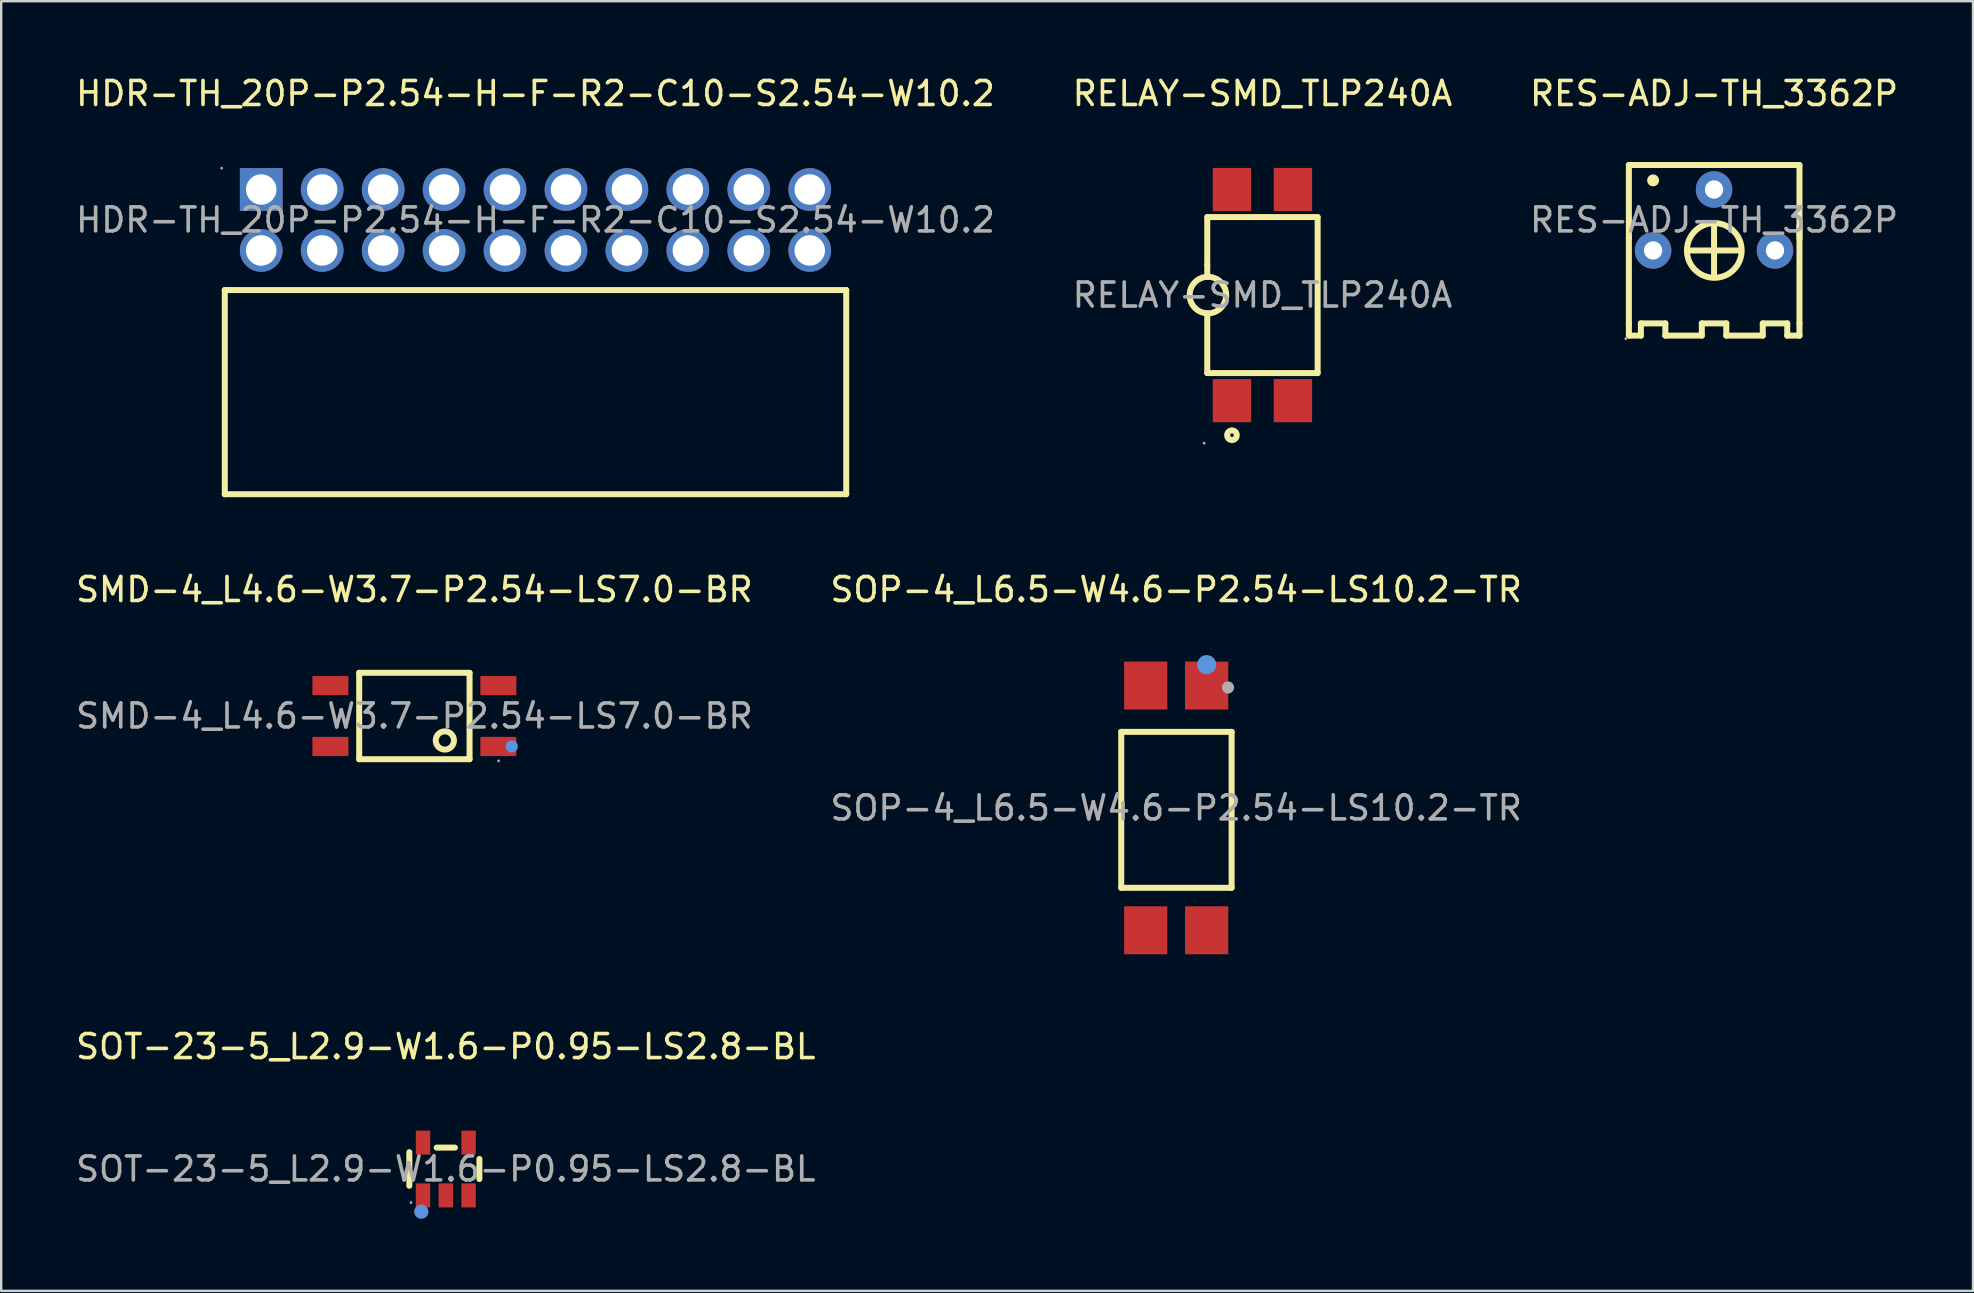
<source format=kicad_pcb>
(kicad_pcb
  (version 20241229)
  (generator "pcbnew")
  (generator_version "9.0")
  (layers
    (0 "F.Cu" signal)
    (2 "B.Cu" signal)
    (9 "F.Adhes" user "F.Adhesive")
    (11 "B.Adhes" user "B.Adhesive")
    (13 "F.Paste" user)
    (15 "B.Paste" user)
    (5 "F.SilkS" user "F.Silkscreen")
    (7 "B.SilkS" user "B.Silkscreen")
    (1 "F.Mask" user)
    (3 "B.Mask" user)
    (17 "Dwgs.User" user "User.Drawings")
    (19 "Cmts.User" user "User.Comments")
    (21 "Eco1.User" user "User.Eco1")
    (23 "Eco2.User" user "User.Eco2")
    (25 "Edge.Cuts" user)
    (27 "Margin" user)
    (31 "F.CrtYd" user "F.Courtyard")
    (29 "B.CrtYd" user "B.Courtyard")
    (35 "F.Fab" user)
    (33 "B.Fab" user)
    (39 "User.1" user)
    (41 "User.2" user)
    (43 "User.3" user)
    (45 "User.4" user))
  (footprint "SOP-4_L6.5-W4.6-P2.54-LS10.2-TR"
    (layer "F.Cu")
    (at 45.97 30.622)
    (property "Reference" "SOP-4_L6.5-W4.6-P2.54-LS10.2-TR" (at 0 -9.1 0) (layer "F.SilkS") (effects (font (size 1 1) (thickness 0.15))))
    (attr smd)
    (fp_line (start -2.29 -3.17) (end 2.31 -3.17) (stroke (width 0.25) (type solid)) (layer "F.SilkS"))
    (fp_line (start -2.29 3.33) (end -2.29 -3.17) (stroke (width 0.25) (type solid)) (layer "F.SilkS"))
    (fp_line (start 2.31 -3.17) (end 2.31 3.33) (stroke (width 0.25) (type solid)) (layer "F.SilkS"))
    (fp_line (start 2.31 3.33) (end -2.29 3.33) (stroke (width 0.25) (type solid)) (layer "F.SilkS"))
    (fp_circle (center 1.27 -5.97) (end 1.47 -5.97) (stroke (width 0.4) (type solid)) (fill no) (layer "Cmts.User"))
    (fp_circle (center 2.16 -5.02) (end 2.29 -5.02) (stroke (width 0.25) (type solid)) (fill no) (layer "F.Fab"))
    (fp_text user "${REFERENCE}" (at 0 0 0) (layer "F.Fab") (effects (font (size 1 1) (thickness 0.15))))
    (pad "1" smd rect (at 1.27 -5.1 180) (size 1.8 2) (layers "F.Cu" "F.Mask" "F.Paste"))
    (pad "2" smd rect (at -1.27 -5.1 180) (size 1.8 2) (layers "F.Cu" "F.Mask" "F.Paste"))
    (pad "3" smd rect (at -1.27 5.1 180) (size 1.8 2) (layers "F.Cu" "F.Mask" "F.Paste"))
    (pad "4" smd rect (at 1.27 5.1 180) (size 1.8 2) (layers "F.Cu" "F.Mask" "F.Paste")))
  (footprint "RELAY-SMD_TLP240A"
    (layer "F.Cu")
    (at 49.565 9.248)
    (property "Reference" "RELAY-SMD_TLP240A" (at 0 -8.4 0) (layer "F.SilkS") (effects (font (size 1 1) (thickness 0.15))))
    (attr smd)
    (fp_line (start -2.3 -3.25) (end -2.3 -1.27) (stroke (width 0.25) (type solid)) (layer "F.SilkS"))
    (fp_line (start -2.3 -3.25) (end 2.3 -3.25) (stroke (width 0.25) (type solid)) (layer "F.SilkS"))
    (fp_line (start -2.3 -1.27) (end -2.3 -0.76) (stroke (width 0.25) (type solid)) (layer "F.SilkS"))
    (fp_line (start -2.3 3.25) (end -2.3 0.76) (stroke (width 0.25) (type solid)) (layer "F.SilkS"))
    (fp_line (start 2.3 -3.25) (end 2.3 3.25) (stroke (width 0.25) (type solid)) (layer "F.SilkS"))
    (fp_line (start 2.3 3.25) (end -2.3 3.25) (stroke (width 0.25) (type solid)) (layer "F.SilkS"))
    (fp_arc (start -2.313259 0.759361) (mid -2.233369 -0.75971) (end -2.3 0.76) (stroke (width 0.25) (type solid)) (layer "F.SilkS"))
    (fp_circle (center -1.27 5.84) (end -1.07 5.84) (stroke (width 0.25) (type solid)) (fill no) (layer "F.SilkS"))
    (fp_circle (center -2.43 6.17) (end -2.4 6.17) (stroke (width 0.06) (type solid)) (fill no) (layer "F.Fab"))
    (fp_text user "${REFERENCE}" (at 0 0 0) (layer "F.Fab") (effects (font (size 1 1) (thickness 0.15))))
    (pad "1" smd rect (at -1.27 4.4 90) (size 1.8 1.6) (layers "F.Cu" "F.Mask" "F.Paste"))
    (pad "2" smd rect (at 1.27 4.4 90) (size 1.8 1.6) (layers "F.Cu" "F.Mask" "F.Paste"))
    (pad "3" smd rect (at 1.27 -4.4 90) (size 1.8 1.6) (layers "F.Cu" "F.Mask" "F.Paste"))
    (pad "4" smd rect (at -1.27 -4.4 90) (size 1.8 1.6) (layers "F.Cu" "F.Mask" "F.Paste")))
  (footprint "SMD-4_L4.6-W3.7-P2.54-LS7.0-BR"
    (layer "F.Cu")
    (at 14.22 26.791)
    (property "Reference" "SMD-4_L4.6-W3.7-P2.54-LS7.0-BR" (at 0 -5.27 0) (layer "F.SilkS") (effects (font (size 1 1) (thickness 0.15))))
    (attr smd)
    (fp_line (start -2.3 -1.8) (end 2.3 -1.8) (stroke (width 0.25) (type solid)) (layer "F.SilkS"))
    (fp_line (start -2.3 1.8) (end -2.3 -1.8) (stroke (width 0.25) (type solid)) (layer "F.SilkS"))
    (fp_line (start 2.3 -1.8) (end 2.3 1.8) (stroke (width 0.25) (type solid)) (layer "F.SilkS"))
    (fp_line (start 2.3 1.8) (end -2.3 1.8) (stroke (width 0.25) (type solid)) (layer "F.SilkS"))
    (fp_circle (center 1.27 1.02) (end 1.65 1.02) (stroke (width 0.25) (type solid)) (fill no) (layer "F.SilkS"))
    (fp_circle (center 4.06 1.27) (end 4.19 1.27) (stroke (width 0.25) (type solid)) (fill no) (layer "Cmts.User"))
    (fp_circle (center 3.51 1.87) (end 3.54 1.87) (stroke (width 0.06) (type solid)) (fill no) (layer "F.Fab"))
    (fp_text user "${REFERENCE}" (at 0 0 0) (layer "F.Fab") (effects (font (size 1 1) (thickness 0.15))))
    (pad "1" smd rect (at 3.5 1.27 180) (size 1.5 0.8) (layers "F.Cu" "F.Mask" "F.Paste"))
    (pad "2" smd rect (at 3.5 -1.27 180) (size 1.5 0.8) (layers "F.Cu" "F.Mask" "F.Paste"))
    (pad "3" smd rect (at -3.5 -1.27 180) (size 1.5 0.8) (layers "F.Cu" "F.Mask" "F.Paste"))
    (pad "4" smd rect (at -3.5 1.27 180) (size 1.5 0.8) (layers "F.Cu" "F.Mask" "F.Paste")))
  (footprint "RES-ADJ-TH_3362P"
    (layer "F.Cu")
    (at 68.387 6.118)
    (property "Reference" "RES-ADJ-TH_3362P" (at 0 -5.27 0) (layer "F.SilkS") (effects (font (size 1 1) (thickness 0.15))))
    (attr through_hole)
    (fp_line (start -3.55 -2.29) (end 3.56 -2.29) (stroke (width 0.25) (type solid)) (layer "F.SilkS"))
    (fp_line (start -3.55 0.76) (end -3.55 -2.29) (stroke (width 0.25) (type solid)) (layer "F.SilkS"))
    (fp_line (start -3.55 4.31) (end -3.55 0.76) (stroke (width 0.25) (type solid)) (layer "F.SilkS"))
    (fp_line (start -3.55 4.82) (end -3.55 4.31) (stroke (width 0.25) (type solid)) (layer "F.SilkS"))
    (fp_line (start -3.05 4.31) (end -3.05 4.82) (stroke (width 0.25) (type solid)) (layer "F.SilkS"))
    (fp_line (start -3.05 4.82) (end -3.55 4.82) (stroke (width 0.25) (type solid)) (layer "F.SilkS"))
    (fp_line (start -2.03 4.31) (end -3.05 4.31) (stroke (width 0.25) (type solid)) (layer "F.SilkS"))
    (fp_line (start -2.03 4.82) (end -2.03 4.31) (stroke (width 0.25) (type solid)) (layer "F.SilkS"))
    (fp_line (start -0.51 4.31) (end -0.51 4.82) (stroke (width 0.25) (type solid)) (layer "F.SilkS"))
    (fp_line (start -0.51 4.82) (end -2.03 4.82) (stroke (width 0.25) (type solid)) (layer "F.SilkS"))
    (fp_line (start 0 2.28) (end 0 0.25) (stroke (width 0.25) (type solid)) (layer "F.SilkS"))
    (fp_line (start 0.51 4.31) (end -0.51 4.31) (stroke (width 0.25) (type solid)) (layer "F.SilkS"))
    (fp_line (start 0.51 4.82) (end 0.51 4.31) (stroke (width 0.25) (type solid)) (layer "F.SilkS"))
    (fp_line (start 1.02 1.27) (end -1.02 1.27) (stroke (width 0.25) (type solid)) (layer "F.SilkS"))
    (fp_line (start 2.03 4.31) (end 2.03 4.82) (stroke (width 0.25) (type solid)) (layer "F.SilkS"))
    (fp_line (start 2.03 4.82) (end 0.51 4.82) (stroke (width 0.25) (type solid)) (layer "F.SilkS"))
    (fp_line (start 3.05 4.31) (end 2.03 4.31) (stroke (width 0.25) (type solid)) (layer "F.SilkS"))
    (fp_line (start 3.05 4.82) (end 3.05 4.31) (stroke (width 0.25) (type solid)) (layer "F.SilkS"))
    (fp_line (start 3.56 -2.29) (end 3.56 0.76) (stroke (width 0.25) (type solid)) (layer "F.SilkS"))
    (fp_line (start 3.56 0.25) (end 3.56 4.31) (stroke (width 0.25) (type solid)) (layer "F.SilkS"))
    (fp_line (start 3.56 4.31) (end 3.56 4.82) (stroke (width 0.25) (type solid)) (layer "F.SilkS"))
    (fp_line (start 3.56 4.82) (end 3.05 4.82) (stroke (width 0.25) (type solid)) (layer "F.SilkS"))
    (fp_arc (start -2.54 -1.65) (mid -2.54 -1.65) (end -2.54 -1.65) (stroke (width 0.25) (type solid)) (layer "F.SilkS"))
    (fp_arc (start 0.02 0.13) (mid 0.010048 2.410044) (end -0.000096 0.130001) (stroke (width 0.25) (type solid)) (layer "F.SilkS"))
    (fp_circle (center -3.68 4.95) (end -3.65 4.95) (stroke (width 0.06) (type solid)) (fill no) (layer "F.Fab"))
    (fp_circle (center -2.54 1.27) (end -2.4 1.27) (stroke (width 0.28) (type solid)) (fill no) (layer "F.Fab"))
    (fp_circle (center 0 -1.27) (end 0.14 -1.27) (stroke (width 0.28) (type solid)) (fill no) (layer "F.Fab"))
    (fp_circle (center 2.54 1.27) (end 2.68 1.27) (stroke (width 0.28) (type solid)) (fill no) (layer "F.Fab"))
    (fp_text user "${REFERENCE}" (at 0 0 0) (layer "F.Fab") (effects (font (size 1 1) (thickness 0.15))))
    (pad "1" thru_hole circle (at -2.54 1.27) (size 1.52 1.52) (drill 0.762) (layers "*.Cu" "*.Mask"))
    (pad "2" thru_hole circle (at 0 -1.27) (size 1.52 1.52) (drill 0.762) (layers "*.Cu" "*.Mask"))
    (pad "3" thru_hole circle (at 2.54 1.27) (size 1.52 1.52) (drill 0.762) (layers "*.Cu" "*.Mask")))
  (footprint "SOT-23-5_L2.9-W1.6-P0.95-LS2.8-BL"
    (layer "F.Cu")
    (at 15.53 45.67)
    (property "Reference" "SOT-23-5_L2.9-W1.6-P0.95-LS2.8-BL" (at 0 -5.1 0) (layer "F.SilkS") (effects (font (size 1 1) (thickness 0.15))))
    (attr smd)
    (fp_line (start -1.52 -0.7) (end -1.52 0.7) (stroke (width 0.25) (type solid)) (layer "F.SilkS"))
    (fp_line (start -0.38 -0.89) (end 0.38 -0.89) (stroke (width 0.25) (type solid)) (layer "F.SilkS"))
    (fp_line (start 1.4 -0.42) (end 1.4 0.42) (stroke (width 0.25) (type solid)) (layer "F.SilkS"))
    (fp_circle (center -1.02 1.78) (end -0.87 1.78) (stroke (width 0.3) (type solid)) (fill no) (layer "Cmts.User"))
    (fp_circle (center -1.45 1.4) (end -1.42 1.4) (stroke (width 0.06) (type solid)) (fill no) (layer "F.Fab"))
    (fp_text user "${REFERENCE}" (at 0 0 0) (layer "F.Fab") (effects (font (size 1 1) (thickness 0.15))))
    (pad "1" smd rect (at -0.95 1.1) (size 0.6 1) (layers "F.Cu" "F.Mask" "F.Paste"))
    (pad "2" smd rect (at 0 1.1) (size 0.6 1) (layers "F.Cu" "F.Mask" "F.Paste"))
    (pad "3" smd rect (at 0.95 1.1) (size 0.6 1) (layers "F.Cu" "F.Mask" "F.Paste"))
    (pad "4" smd rect (at 0.95 -1.1) (size 0.6 1) (layers "F.Cu" "F.Mask" "F.Paste"))
    (pad "5" smd rect (at -0.95 -1.1) (size 0.6 1) (layers "F.Cu" "F.Mask" "F.Paste")))
  (footprint "HDR-TH_20P-P2.54-H-F-R2-C10-S2.54-W10.2"
    (layer "F.Cu")
    (at 19.268 6.118)
    (property "Reference" "HDR-TH_20P-P2.54-H-F-R2-C10-S2.54-W10.2" (at 0 -5.27 0) (layer "F.SilkS") (effects (font (size 1 1) (thickness 0.15))))
    (attr through_hole)
    (fp_line (start -12.95 2.92) (end -12.7 2.92) (stroke (width 0.25) (type solid)) (layer "F.SilkS"))
    (fp_line (start -12.95 11.43) (end -12.95 2.92) (stroke (width 0.25) (type solid)) (layer "F.SilkS"))
    (fp_line (start -12.7 2.92) (end 12.95 2.92) (stroke (width 0.25) (type solid)) (layer "F.SilkS"))
    (fp_line (start 12.95 2.92) (end 12.95 11.43) (stroke (width 0.25) (type solid)) (layer "F.SilkS"))
    (fp_line (start 12.95 11.43) (end -12.95 11.43) (stroke (width 0.25) (type solid)) (layer "F.SilkS"))
    (fp_circle (center -13.08 -2.16) (end -13.05 -2.16) (stroke (width 0.06) (type solid)) (fill no) (layer "F.Fab"))
    (fp_circle (center -11.43 -1.27) (end -11.16 -1.27) (stroke (width 0.54) (type solid)) (fill no) (layer "F.Fab"))
    (fp_circle (center -11.43 1.27) (end -11.16 1.27) (stroke (width 0.54) (type solid)) (fill no) (layer "F.Fab"))
    (fp_circle (center -8.89 -1.27) (end -8.62 -1.27) (stroke (width 0.54) (type solid)) (fill no) (layer "F.Fab"))
    (fp_circle (center -8.89 1.27) (end -8.62 1.27) (stroke (width 0.54) (type solid)) (fill no) (layer "F.Fab"))
    (fp_circle (center -6.35 -1.27) (end -6.08 -1.27) (stroke (width 0.54) (type solid)) (fill no) (layer "F.Fab"))
    (fp_circle (center -6.35 1.27) (end -6.08 1.27) (stroke (width 0.54) (type solid)) (fill no) (layer "F.Fab"))
    (fp_circle (center -3.81 -1.27) (end -3.54 -1.27) (stroke (width 0.54) (type solid)) (fill no) (layer "F.Fab"))
    (fp_circle (center -3.81 1.27) (end -3.54 1.27) (stroke (width 0.54) (type solid)) (fill no) (layer "F.Fab"))
    (fp_circle (center -1.27 -1.27) (end -1 -1.27) (stroke (width 0.54) (type solid)) (fill no) (layer "F.Fab"))
    (fp_circle (center -1.27 1.27) (end -1 1.27) (stroke (width 0.54) (type solid)) (fill no) (layer "F.Fab"))
    (fp_circle (center 1.27 -1.27) (end 1.54 -1.27) (stroke (width 0.54) (type solid)) (fill no) (layer "F.Fab"))
    (fp_circle (center 1.27 1.27) (end 1.54 1.27) (stroke (width 0.54) (type solid)) (fill no) (layer "F.Fab"))
    (fp_circle (center 3.81 -1.27) (end 4.08 -1.27) (stroke (width 0.54) (type solid)) (fill no) (layer "F.Fab"))
    (fp_circle (center 3.81 1.27) (end 4.08 1.27) (stroke (width 0.54) (type solid)) (fill no) (layer "F.Fab"))
    (fp_circle (center 6.35 -1.27) (end 6.62 -1.27) (stroke (width 0.54) (type solid)) (fill no) (layer "F.Fab"))
    (fp_circle (center 6.35 1.27) (end 6.62 1.27) (stroke (width 0.54) (type solid)) (fill no) (layer "F.Fab"))
    (fp_circle (center 8.89 -1.27) (end 9.16 -1.27) (stroke (width 0.54) (type solid)) (fill no) (layer "F.Fab"))
    (fp_circle (center 8.89 1.27) (end 9.16 1.27) (stroke (width 0.54) (type solid)) (fill no) (layer "F.Fab"))
    (fp_circle (center 11.43 -1.27) (end 11.7 -1.27) (stroke (width 0.54) (type solid)) (fill no) (layer "F.Fab"))
    (fp_circle (center 11.43 1.27) (end 11.7 1.27) (stroke (width 0.54) (type solid)) (fill no) (layer "F.Fab"))
    (fp_text user "${REFERENCE}" (at 0 0 0) (layer "F.Fab") (effects (font (size 1 1) (thickness 0.15))))
    (pad "1" thru_hole rect (at -11.43 -1.27) (size 1.78 1.78) (drill 1.27) (layers "*.Cu" "*.Mask"))
    (pad "2" thru_hole circle (at -11.43 1.27) (size 1.78 1.78) (drill 1.27) (layers "*.Cu" "*.Mask"))
    (pad "3" thru_hole circle (at -8.89 -1.27) (size 1.78 1.78) (drill 1.27) (layers "*.Cu" "*.Mask"))
    (pad "4" thru_hole circle (at -8.89 1.27) (size 1.78 1.78) (drill 1.27) (layers "*.Cu" "*.Mask"))
    (pad "5" thru_hole circle (at -6.35 -1.27) (size 1.78 1.78) (drill 1.27) (layers "*.Cu" "*.Mask"))
    (pad "6" thru_hole circle (at -6.35 1.27) (size 1.78 1.78) (drill 1.27) (layers "*.Cu" "*.Mask"))
    (pad "7" thru_hole circle (at -3.81 -1.27) (size 1.78 1.78) (drill 1.27) (layers "*.Cu" "*.Mask"))
    (pad "8" thru_hole circle (at -3.81 1.27) (size 1.78 1.78) (drill 1.27) (layers "*.Cu" "*.Mask"))
    (pad "9" thru_hole circle (at -1.27 -1.27) (size 1.78 1.78) (drill 1.27) (layers "*.Cu" "*.Mask"))
    (pad "10" thru_hole circle (at -1.27 1.27) (size 1.78 1.78) (drill 1.27) (layers "*.Cu" "*.Mask"))
    (pad "11" thru_hole circle (at 1.27 -1.27) (size 1.78 1.78) (drill 1.27) (layers "*.Cu" "*.Mask"))
    (pad "12" thru_hole circle (at 1.27 1.27) (size 1.78 1.78) (drill 1.27) (layers "*.Cu" "*.Mask"))
    (pad "13" thru_hole circle (at 3.81 -1.27) (size 1.78 1.78) (drill 1.27) (layers "*.Cu" "*.Mask"))
    (pad "14" thru_hole circle (at 3.81 1.27) (size 1.78 1.78) (drill 1.27) (layers "*.Cu" "*.Mask"))
    (pad "15" thru_hole circle (at 6.35 -1.27) (size 1.78 1.78) (drill 1.27) (layers "*.Cu" "*.Mask"))
    (pad "16" thru_hole circle (at 6.35 1.27) (size 1.78 1.78) (drill 1.27) (layers "*.Cu" "*.Mask"))
    (pad "17" thru_hole circle (at 8.89 -1.27) (size 1.78 1.78) (drill 1.27) (layers "*.Cu" "*.Mask"))
    (pad "18" thru_hole circle (at 8.89 1.27) (size 1.78 1.78) (drill 1.27) (layers "*.Cu" "*.Mask"))
    (pad "19" thru_hole circle (at 11.43 -1.27) (size 1.78 1.78) (drill 1.27) (layers "*.Cu" "*.Mask"))
    (pad "20" thru_hole circle (at 11.43 1.27) (size 1.78 1.78) (drill 1.27) (layers "*.Cu" "*.Mask")))
  (gr_rect
    (start -3 -3)
    (end 79.179 50.75)
    (stroke (width 0.1) (type default))
    (fill no)
    (layer "Edge.Cuts")))
</source>
